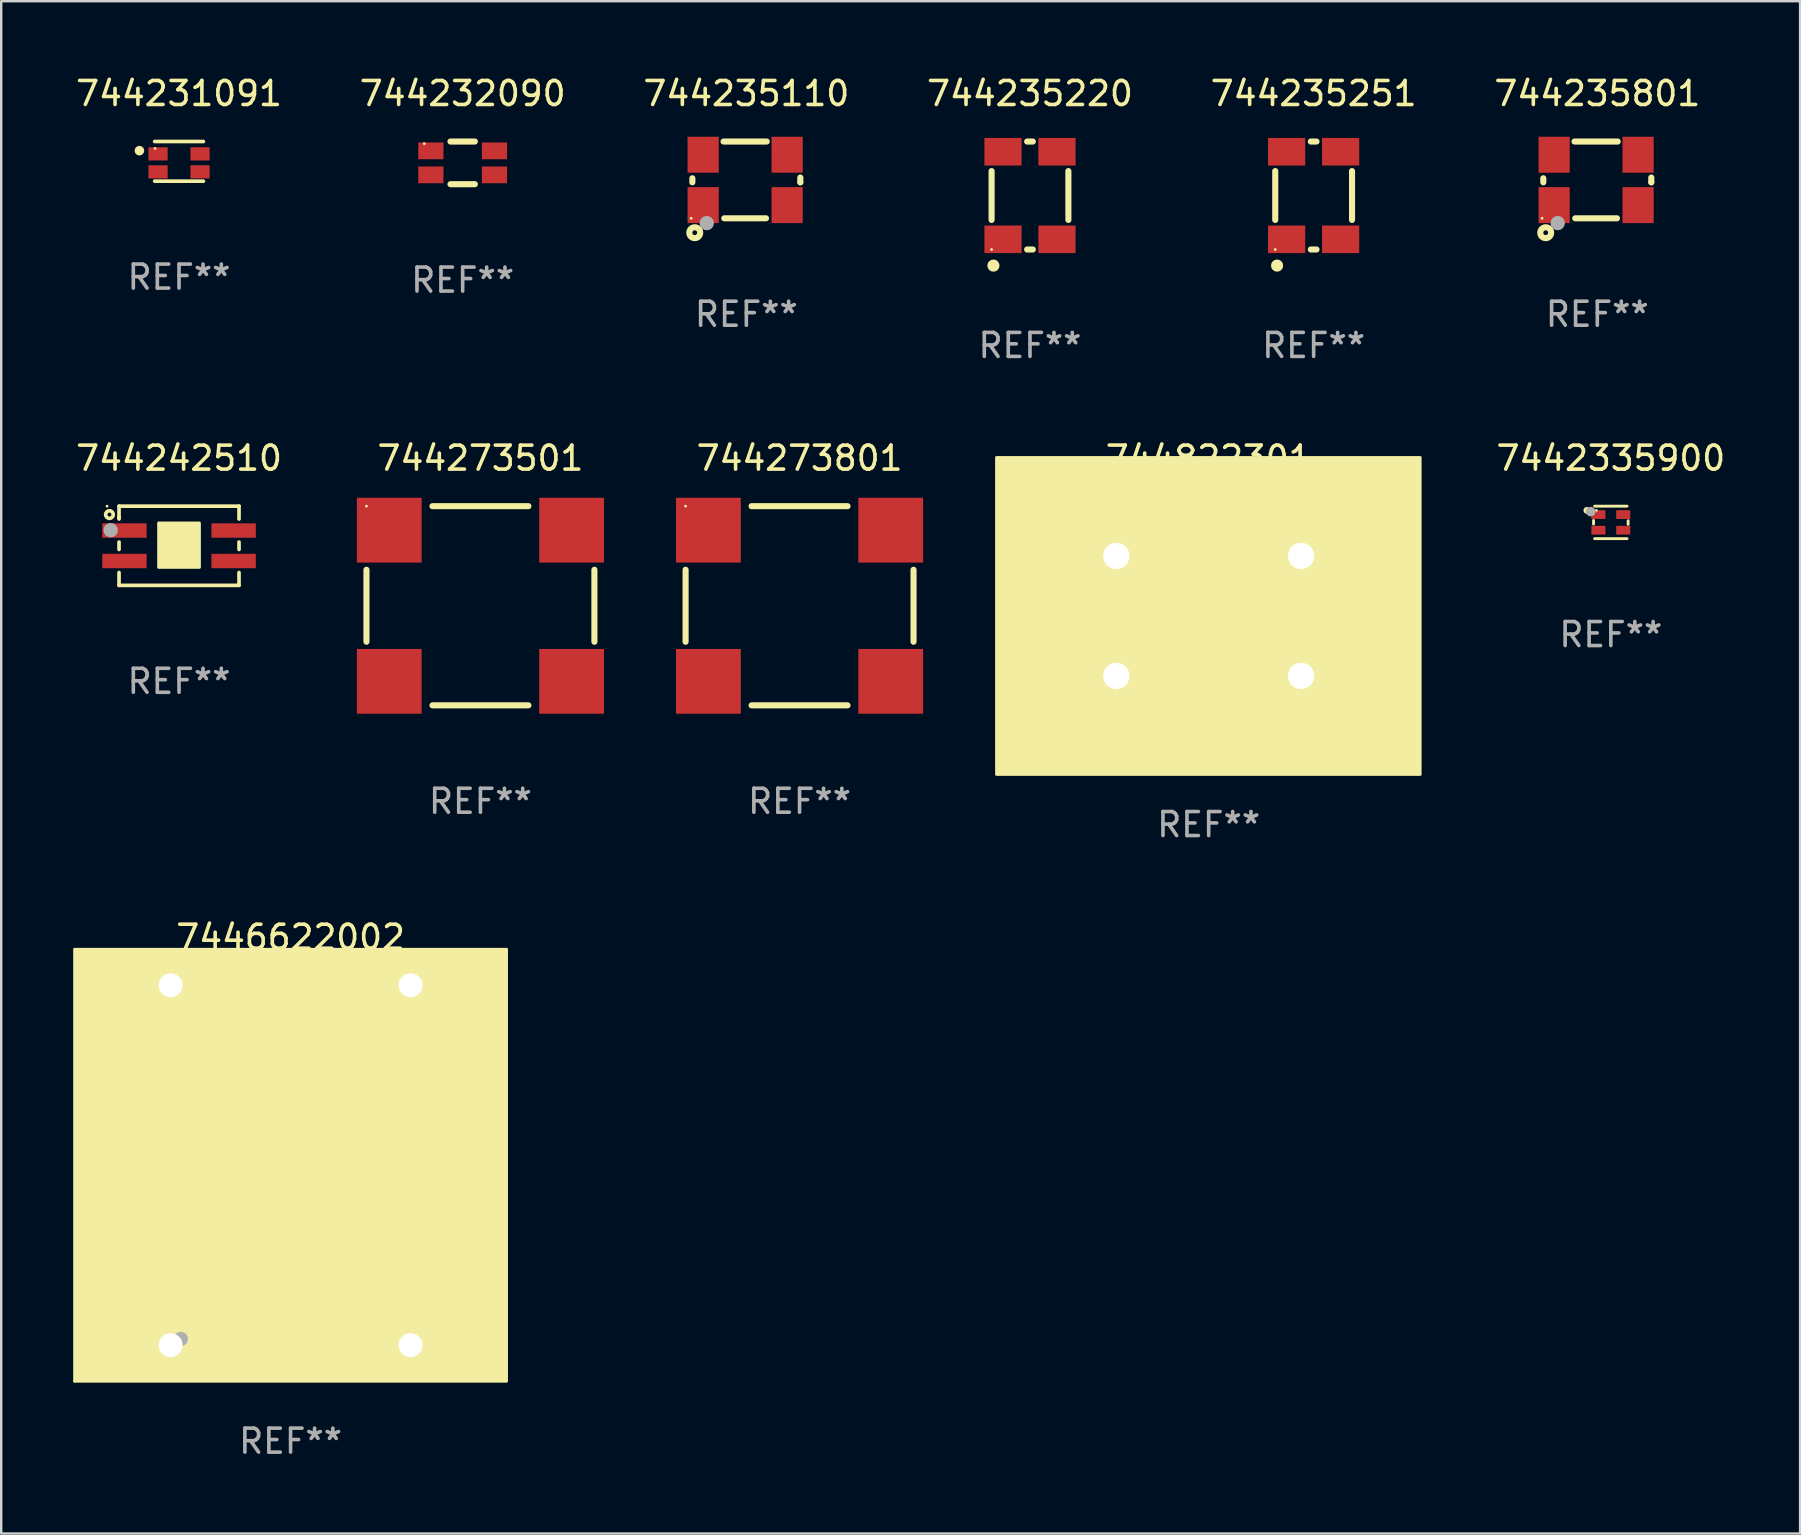
<source format=kicad_pcb>
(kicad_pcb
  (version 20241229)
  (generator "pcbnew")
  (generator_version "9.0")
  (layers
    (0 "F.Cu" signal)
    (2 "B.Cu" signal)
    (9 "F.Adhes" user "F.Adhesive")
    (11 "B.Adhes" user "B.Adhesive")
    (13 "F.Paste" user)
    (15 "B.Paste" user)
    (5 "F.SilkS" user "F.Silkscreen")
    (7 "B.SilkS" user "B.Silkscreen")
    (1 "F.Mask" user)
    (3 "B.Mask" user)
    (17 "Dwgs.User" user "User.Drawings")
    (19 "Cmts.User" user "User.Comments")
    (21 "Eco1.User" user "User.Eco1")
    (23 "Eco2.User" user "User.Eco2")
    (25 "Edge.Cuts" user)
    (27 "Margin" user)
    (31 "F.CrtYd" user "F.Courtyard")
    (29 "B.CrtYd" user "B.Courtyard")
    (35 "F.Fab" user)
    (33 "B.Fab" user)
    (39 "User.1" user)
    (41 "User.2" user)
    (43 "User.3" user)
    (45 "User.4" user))
  (footprint "744231091"
    (layer "F.Cu")
    (at 4.411 3.674)
    (property "Reference" "744231091" (at 0 -2.826 0) (layer "F.SilkS") (effects (font (size 1 1) (thickness 0.15))))
    (attr through_hole)
    (fp_line (start -1.016 -0.826) (end 1.016 -0.826) (stroke (width 0.152) (type solid)) (layer "F.SilkS"))
    (fp_line (start -1.016 0.826) (end 1.016 0.826) (stroke (width 0.152) (type solid)) (layer "F.SilkS"))
    (fp_circle (center -1.651 -0.445) (end -1.551 -0.445) (stroke (width 0.2) (type solid)) (fill no) (layer "F.SilkS"))
    (fp_circle (center -1 -0.536) (end -0.97 -0.536) (stroke (width 0.06) (type solid)) (fill no) (layer "F.SilkS"))
    (fp_text user "REF**" (at 0 4.826 0) (layer "F.Fab") (effects (font (size 1 1) (thickness 0.15))))
    (pad "1" smd rect (at -0.875 -0.311 270) (size 0.55 0.8) (layers "F.Cu" "F.Mask" "F.Paste"))
    (pad "2" smd rect (at 0.875 -0.312 270) (size 0.55 0.8) (layers "F.Cu" "F.Mask" "F.Paste"))
    (pad "3" smd rect (at 0.875 0.438 270) (size 0.55 0.8) (layers "F.Cu" "F.Mask" "F.Paste"))
    (pad "4" smd rect (at -0.875 0.439 270) (size 0.55 0.8) (layers "F.Cu" "F.Mask" "F.Paste")))
  (footprint "744822301"
    (layer "F.Cu")
    (at 47.322 22.68)
    (property "Reference" "744822301" (at 0 -6.636 0) (layer "F.SilkS") (effects (font (size 1 1) (thickness 0.15))))
    (attr through_hole)
    (fp_line (start -1.662 -4.574) (end -1.662 -2.669) (stroke (width 0.254) (type solid)) (layer "F.SilkS"))
    (fp_line (start -1.662 2.731) (end -1.662 4.636) (stroke (width 0.254) (type solid)) (layer "F.SilkS"))
    (fp_line (start 0 -2.731) (end 0 2.731) (stroke (width 0.254) (type solid)) (layer "F.SilkS"))
    (fp_line (start 1.651 -4.636) (end 1.651 -2.731) (stroke (width 0.254) (type solid)) (layer "F.SilkS"))
    (fp_line (start 1.651 2.669) (end 1.651 4.574) (stroke (width 0.254) (type solid)) (layer "F.SilkS"))
    (fp_arc (start -1.6619 -0.869495) (mid -1.874361 -1.769495) (end -1.6619 -2.669495) (stroke (width 0.254001) (type solid)) (layer "F.SilkS"))
    (fp_arc (start -1.6619 0.930505) (mid -1.874361 0.030505) (end -1.6619 -0.869495) (stroke (width 0.254001) (type solid)) (layer "F.SilkS"))
    (fp_arc (start -1.6619 2.730505) (mid -1.874361 1.830505) (end -1.6619 0.930505) (stroke (width 0.254001) (type solid)) (layer "F.SilkS"))
    (fp_arc (start 1.651003 -0.930505) (mid 1.438542 -1.830505) (end 1.651003 -2.730505) (stroke (width 0.254001) (type solid)) (layer "F.SilkS"))
    (fp_arc (start 1.651003 0.869495) (mid 1.438542 -0.030505) (end 1.651003 -0.930505) (stroke (width 0.254001) (type solid)) (layer "F.SilkS"))
    (fp_arc (start 1.651003 2.669495) (mid 1.438542 1.769495) (end 1.651003 0.869495) (stroke (width 0.254001) (type solid)) (layer "F.SilkS"))
    (fp_circle (center 8.762 6.441) (end 8.792 6.441) (stroke (width 0.06) (type solid)) (fill no) (layer "F.SilkS"))
    (fp_poly (pts (xy -8.84 -6.664) (xy 8.813 -6.664) (xy 8.813 6.544) (xy -8.84 6.544)) (stroke (width 0.12) (type solid)) (fill yes) (layer "F.SilkS"))
    (fp_text user "REF**" (at 0 8.636 0) (layer "F.Fab") (effects (font (size 1 1) (thickness 0.15))))
    (pad "1" thru_hole circle (at 3.85 2.437) (size 2 2) (drill 1.1) (layers "*.Cu" "*.Mask"))
    (pad "2" thru_hole circle (at 3.85 -2.563) (size 2 2) (drill 1.1) (layers "*.Cu" "*.Mask"))
    (pad "3" thru_hole circle (at -3.85 -2.563) (size 2 2) (drill 1.1) (layers "*.Cu" "*.Mask"))
    (pad "4" thru_hole circle (at -3.85 2.437) (size 2 2) (drill 1.1) (layers "*.Cu" "*.Mask")))
  (footprint "744235110"
    (layer "F.Cu")
    (at 28.054 4.448)
    (property "Reference" "744235110" (at 0 -3.6 0) (layer "F.SilkS") (effects (font (size 1 1) (thickness 0.15))))
    (attr through_hole)
    (fp_line (start -2.25 -0.069) (end -2.25 0.1) (stroke (width 0.254) (type solid)) (layer "F.SilkS"))
    (fp_line (start -0.95 -1.6) (end 0.85 -1.6) (stroke (width 0.254) (type solid)) (layer "F.SilkS"))
    (fp_line (start -0.919 1.6) (end 0.819 1.6) (stroke (width 0.254) (type solid)) (layer "F.SilkS"))
    (fp_line (start 2.25 -0.1) (end 2.25 0.1) (stroke (width 0.254) (type solid)) (layer "F.SilkS"))
    (fp_line (start 2.25 0.1) (end 2.25 0.1) (stroke (width 0.254) (type solid)) (layer "F.SilkS"))
    (fp_circle (center -2.3 1.6) (end -2.27 1.6) (stroke (width 0.06) (type solid)) (fill no) (layer "F.SilkS"))
    (fp_circle (center -2.15 2.2) (end -2.05 2.2) (stroke (width 0.254) (type solid)) (fill no) (layer "F.SilkS"))
    (fp_circle (center -1.65 1.8) (end -1.5 1.8) (stroke (width 0.3) (type solid)) (fill no) (layer "F.Fab"))
    (fp_text user "REF**" (at 0 5.6 0) (layer "F.Fab") (effects (font (size 1 1) (thickness 0.15))))
    (pad "1" smd rect (at -1.8 1.05 180) (size 1.3 1.5) (layers "F.Cu" "F.Mask" "F.Paste"))
    (pad "2" smd rect (at 1.7 1.05 180) (size 1.3 1.5) (layers "F.Cu" "F.Mask" "F.Paste"))
    (pad "3" smd rect (at 1.7 -1.05 180) (size 1.3 1.5) (layers "F.Cu" "F.Mask" "F.Paste"))
    (pad "4" smd rect (at -1.8 -1.05 180) (size 1.3 1.5) (layers "F.Cu" "F.Mask" "F.Paste")))
  (footprint "744232090"
    (layer "F.Cu")
    (at 16.232 3.737)
    (property "Reference" "744232090" (at 0 -2.889 0) (layer "F.SilkS") (effects (font (size 1 1) (thickness 0.15))))
    (attr through_hole)
    (fp_line (start -0.508 0.889) (end 0.508 0.889) (stroke (width 0.254) (type solid)) (layer "F.SilkS"))
    (fp_line (start 0.508 -0.889) (end -0.508 -0.889) (stroke (width 0.254) (type solid)) (layer "F.SilkS"))
    (fp_circle (center -1.6 -0.8) (end -1.57 -0.8) (stroke (width 0.06) (type solid)) (fill no) (layer "F.SilkS"))
    (fp_text user "REF**" (at 0 4.889 0) (layer "F.Fab") (effects (font (size 1 1) (thickness 0.15))))
    (pad "1" smd rect (at -1.325 -0.5 180) (size 1.05 0.7) (layers "F.Cu" "F.Mask" "F.Paste"))
    (pad "2" smd rect (at 1.325 -0.5 180) (size 1.05 0.7) (layers "F.Cu" "F.Mask" "F.Paste"))
    (pad "3" smd rect (at 1.325 0.5 180) (size 1.05 0.7) (layers "F.Cu" "F.Mask" "F.Paste"))
    (pad "4" smd rect (at -1.325 0.5 180) (size 1.05 0.7) (layers "F.Cu" "F.Mask" "F.Paste")))
  (footprint "744273501"
    (layer "F.Cu")
    (at 16.972 22.195)
    (property "Reference" "744273501" (at 0 -6.15 0) (layer "F.SilkS") (effects (font (size 1 1) (thickness 0.15))))
    (attr through_hole)
    (fp_line (start -4.75 -1.5) (end -4.75 1.5) (stroke (width 0.254) (type solid)) (layer "F.SilkS"))
    (fp_line (start -2 -4.15) (end 2 -4.15) (stroke (width 0.254) (type solid)) (layer "F.SilkS"))
    (fp_line (start -2 4.15) (end 2 4.15) (stroke (width 0.254) (type solid)) (layer "F.SilkS"))
    (fp_line (start 4.75 -1.5) (end 4.75 1.5) (stroke (width 0.254) (type solid)) (layer "F.SilkS"))
    (fp_circle (center -4.75 -4.15) (end -4.72 -4.15) (stroke (width 0.06) (type solid)) (fill no) (layer "F.SilkS"))
    (fp_text user "REF**" (at 0 8.15 0) (layer "F.Fab") (effects (font (size 1 1) (thickness 0.15))))
    (pad "1" smd rect (at -3.8 -3.15) (size 2.7 2.7) (layers "F.Cu" "F.Mask" "F.Paste"))
    (pad "2" smd rect (at -3.8 3.15) (size 2.7 2.7) (layers "F.Cu" "F.Mask" "F.Paste"))
    (pad "3" smd rect (at 3.8 3.15) (size 2.7 2.7) (layers "F.Cu" "F.Mask" "F.Paste"))
    (pad "4" smd rect (at 3.8 -3.15) (size 2.7 2.7) (layers "F.Cu" "F.Mask" "F.Paste")))
  (footprint "7442335900"
    (layer "F.Cu")
    (at 64.082 18.721)
    (property "Reference" "7442335900" (at 0 -2.676 0) (layer "F.SilkS") (effects (font (size 1 1) (thickness 0.15))))
    (attr through_hole)
    (fp_line (start -0.72 0.07) (end -0.72 -0.08) (stroke (width 0.12) (type solid)) (layer "F.SilkS"))
    (fp_line (start -0.676 0.676) (end 0.676 0.676) (stroke (width 0.12) (type solid)) (layer "F.SilkS"))
    (fp_line (start 0.676 -0.676) (end -0.676 -0.676) (stroke (width 0.12) (type solid)) (layer "F.SilkS"))
    (fp_line (start 0.72 -0.07) (end 0.72 0.08) (stroke (width 0.12) (type solid)) (layer "F.SilkS"))
    (fp_circle (center -1 -0.5) (end -0.919 -0.5) (stroke (width 0.12) (type solid)) (fill no) (layer "F.SilkS"))
    (fp_circle (center -0.6 -0.5) (end -0.57 -0.5) (stroke (width 0.06) (type solid)) (fill no) (layer "F.SilkS"))
    (fp_circle (center -0.84 -0.45) (end -0.74 -0.45) (stroke (width 0.2) (type solid)) (fill no) (layer "F.Fab"))
    (fp_text user "REF**" (at 0 4.676 0) (layer "F.Fab") (effects (font (size 1 1) (thickness 0.15))))
    (pad "1" smd rect (at -0.517 -0.325) (size 0.585 0.364) (layers "F.Cu" "F.Mask" "F.Paste"))
    (pad "2" smd rect (at -0.517 0.325) (size 0.585 0.364) (layers "F.Cu" "F.Mask" "F.Paste"))
    (pad "3" smd rect (at 0.517 0.325) (size 0.585 0.364) (layers "F.Cu" "F.Mask" "F.Paste"))
    (pad "4" smd rect (at 0.517 -0.325) (size 0.585 0.364) (layers "F.Cu" "F.Mask" "F.Paste")))
  (footprint "744273801"
    (layer "F.Cu")
    (at 30.272 22.195)
    (property "Reference" "744273801" (at 0 -6.15 0) (layer "F.SilkS") (effects (font (size 1 1) (thickness 0.15))))
    (attr through_hole)
    (fp_line (start -4.75 -1.5) (end -4.75 1.5) (stroke (width 0.254) (type solid)) (layer "F.SilkS"))
    (fp_line (start -2 -4.15) (end 2 -4.15) (stroke (width 0.254) (type solid)) (layer "F.SilkS"))
    (fp_line (start -2 4.15) (end 2 4.15) (stroke (width 0.254) (type solid)) (layer "F.SilkS"))
    (fp_line (start 4.75 -1.5) (end 4.75 1.5) (stroke (width 0.254) (type solid)) (layer "F.SilkS"))
    (fp_circle (center -4.75 -4.15) (end -4.72 -4.15) (stroke (width 0.06) (type solid)) (fill no) (layer "F.SilkS"))
    (fp_text user "REF**" (at 0 8.15 0) (layer "F.Fab") (effects (font (size 1 1) (thickness 0.15))))
    (pad "1" smd rect (at -3.8 -3.15) (size 2.7 2.7) (layers "F.Cu" "F.Mask" "F.Paste"))
    (pad "2" smd rect (at -3.8 3.15) (size 2.7 2.7) (layers "F.Cu" "F.Mask" "F.Paste"))
    (pad "3" smd rect (at 3.8 3.15) (size 2.7 2.7) (layers "F.Cu" "F.Mask" "F.Paste"))
    (pad "4" smd rect (at 3.8 -3.15) (size 2.7 2.7) (layers "F.Cu" "F.Mask" "F.Paste")))
  (footprint "744235801"
    (layer "F.Cu")
    (at 63.518 4.448)
    (property "Reference" "744235801" (at 0 -3.6 0) (layer "F.SilkS") (effects (font (size 1 1) (thickness 0.15))))
    (attr through_hole)
    (fp_line (start -2.25 -0.069) (end -2.25 0.1) (stroke (width 0.254) (type solid)) (layer "F.SilkS"))
    (fp_line (start -0.95 -1.6) (end 0.85 -1.6) (stroke (width 0.254) (type solid)) (layer "F.SilkS"))
    (fp_line (start -0.919 1.6) (end 0.819 1.6) (stroke (width 0.254) (type solid)) (layer "F.SilkS"))
    (fp_line (start 2.25 -0.1) (end 2.25 0.1) (stroke (width 0.254) (type solid)) (layer "F.SilkS"))
    (fp_line (start 2.25 0.1) (end 2.25 0.1) (stroke (width 0.254) (type solid)) (layer "F.SilkS"))
    (fp_circle (center -2.3 1.6) (end -2.27 1.6) (stroke (width 0.06) (type solid)) (fill no) (layer "F.SilkS"))
    (fp_circle (center -2.15 2.2) (end -2.05 2.2) (stroke (width 0.254) (type solid)) (fill no) (layer "F.SilkS"))
    (fp_circle (center -1.65 1.8) (end -1.5 1.8) (stroke (width 0.3) (type solid)) (fill no) (layer "F.Fab"))
    (fp_text user "REF**" (at 0 5.6 0) (layer "F.Fab") (effects (font (size 1 1) (thickness 0.15))))
    (pad "1" smd rect (at -1.8 1.05 180) (size 1.3 1.5) (layers "F.Cu" "F.Mask" "F.Paste"))
    (pad "2" smd rect (at 1.7 1.05 180) (size 1.3 1.5) (layers "F.Cu" "F.Mask" "F.Paste"))
    (pad "3" smd rect (at 1.7 -1.05 180) (size 1.3 1.5) (layers "F.Cu" "F.Mask" "F.Paste"))
    (pad "4" smd rect (at -1.8 -1.05 180) (size 1.3 1.5) (layers "F.Cu" "F.Mask" "F.Paste")))
  (footprint "744242510"
    (layer "F.Cu")
    (at 4.411 19.695)
    (property "Reference" "744242510" (at 0 -3.65 0) (layer "F.SilkS") (effects (font (size 1 1) (thickness 0.15))))
    (attr through_hole)
    (fp_line (start -2.5 -1.65) (end 2.5 -1.65) (stroke (width 0.152) (type solid)) (layer "F.SilkS"))
    (fp_line (start -2.5 -1.15) (end -2.5 -1.65) (stroke (width 0.152) (type solid)) (layer "F.SilkS"))
    (fp_line (start -2.5 -1.115) (end -2.5 -1.2) (stroke (width 0.152) (type solid)) (layer "F.SilkS"))
    (fp_line (start -2.5 0.155) (end -2.5 -0.155) (stroke (width 0.152) (type solid)) (layer "F.SilkS"))
    (fp_line (start -2.5 1.65) (end -2.5 1.115) (stroke (width 0.152) (type solid)) (layer "F.SilkS"))
    (fp_line (start 2.5 -1.65) (end 2.5 -1.115) (stroke (width 0.152) (type solid)) (layer "F.SilkS"))
    (fp_line (start 2.5 -0.155) (end 2.5 0.155) (stroke (width 0.152) (type solid)) (layer "F.SilkS"))
    (fp_line (start 2.5 1.115) (end 2.5 1.65) (stroke (width 0.152) (type solid)) (layer "F.SilkS"))
    (fp_line (start 2.5 1.65) (end -2.5 1.65) (stroke (width 0.152) (type solid)) (layer "F.SilkS"))
    (fp_circle (center -3 -1.65) (end -2.97 -1.65) (stroke (width 0.06) (type solid)) (fill no) (layer "F.SilkS"))
    (fp_circle (center -2.9 -1.3) (end -2.742 -1.3) (stroke (width 0.152) (type solid)) (fill no) (layer "F.SilkS"))
    (fp_circle (center 0.000076 0) (end 0.583 0) (stroke (width 0.152) (type solid)) (fill no) (layer "F.SilkS"))
    (fp_poly (pts (xy -0.85 -0.95) (xy 0.85 -0.95) (xy 0.85 0.9) (xy -0.85 0.9)) (stroke (width 0.12) (type solid)) (fill yes) (layer "F.SilkS"))
    (fp_circle (center -2.85 -0.65) (end -2.7 -0.65) (stroke (width 0.3) (type solid)) (fill no) (layer "F.Fab"))
    (fp_text user "REF**" (at 0 5.65 0) (layer "F.Fab") (effects (font (size 1 1) (thickness 0.15))))
    (pad "1" smd rect (at -2.275 -0.635) (size 1.85 0.6) (layers "F.Cu" "F.Mask" "F.Paste"))
    (pad "2" smd rect (at -2.275 0.635) (size 1.85 0.6) (layers "F.Cu" "F.Mask" "F.Paste"))
    (pad "3" smd rect (at 2.275 0.635) (size 1.85 0.6) (layers "F.Cu" "F.Mask" "F.Paste"))
    (pad "4" smd rect (at 2.275 -0.635) (size 1.85 0.6) (layers "F.Cu" "F.Mask" "F.Paste")))
  (footprint "744235220"
    (layer "F.Cu")
    (at 39.875 5.098)
    (property "Reference" "744235220" (at 0 -4.25 0) (layer "F.SilkS") (effects (font (size 1 1) (thickness 0.15))))
    (attr through_hole)
    (fp_line (start -1.6 1.019) (end -1.6 -1.019) (stroke (width 0.254) (type solid)) (layer "F.SilkS"))
    (fp_line (start -0.119 -2.25) (end 0.119 -2.25) (stroke (width 0.254) (type solid)) (layer "F.SilkS"))
    (fp_line (start -0.119 2.25) (end 0.119 2.25) (stroke (width 0.254) (type solid)) (layer "F.SilkS"))
    (fp_line (start 1.6 1.019) (end 1.6 -1.019) (stroke (width 0.254) (type solid)) (layer "F.SilkS"))
    (fp_circle (center -1.6 2.25) (end -1.57 2.25) (stroke (width 0.06) (type solid)) (fill no) (layer "F.SilkS"))
    (fp_circle (center -1.524 2.921) (end -1.397 2.921) (stroke (width 0.254) (type solid)) (fill no) (layer "F.SilkS"))
    (fp_text user "REF**" (at 0 6.25 0) (layer "F.Fab") (effects (font (size 1 1) (thickness 0.15))))
    (pad "1" smd rect (at -1.125 1.825 270) (size 1.15 1.55) (layers "F.Cu" "F.Mask" "F.Paste"))
    (pad "2" smd rect (at 1.125 1.825 270) (size 1.15 1.55) (layers "F.Cu" "F.Mask" "F.Paste"))
    (pad "3" smd rect (at 1.125 -1.825 270) (size 1.15 1.55) (layers "F.Cu" "F.Mask" "F.Paste"))
    (pad "4" smd rect (at -1.125 -1.825 270) (size 1.15 1.55) (layers "F.Cu" "F.Mask" "F.Paste")))
  (footprint "744235251"
    (layer "F.Cu")
    (at 51.696 5.098)
    (property "Reference" "744235251" (at 0 -4.25 0) (layer "F.SilkS") (effects (font (size 1 1) (thickness 0.15))))
    (attr through_hole)
    (fp_line (start -1.6 1.019) (end -1.6 -1.019) (stroke (width 0.254) (type solid)) (layer "F.SilkS"))
    (fp_line (start -0.119 -2.25) (end 0.119 -2.25) (stroke (width 0.254) (type solid)) (layer "F.SilkS"))
    (fp_line (start -0.119 2.25) (end 0.119 2.25) (stroke (width 0.254) (type solid)) (layer "F.SilkS"))
    (fp_line (start 1.6 1.019) (end 1.6 -1.019) (stroke (width 0.254) (type solid)) (layer "F.SilkS"))
    (fp_circle (center -1.6 2.25) (end -1.57 2.25) (stroke (width 0.06) (type solid)) (fill no) (layer "F.SilkS"))
    (fp_circle (center -1.524 2.921) (end -1.397 2.921) (stroke (width 0.254) (type solid)) (fill no) (layer "F.SilkS"))
    (fp_text user "REF**" (at 0 6.25 0) (layer "F.Fab") (effects (font (size 1 1) (thickness 0.15))))
    (pad "1" smd rect (at -1.125 1.825 270) (size 1.15 1.55) (layers "F.Cu" "F.Mask" "F.Paste"))
    (pad "2" smd rect (at 1.125 1.825 270) (size 1.15 1.55) (layers "F.Cu" "F.Mask" "F.Paste"))
    (pad "3" smd rect (at 1.125 -1.825 270) (size 1.15 1.55) (layers "F.Cu" "F.Mask" "F.Paste"))
    (pad "4" smd rect (at -1.125 -1.825 270) (size 1.15 1.55) (layers "F.Cu" "F.Mask" "F.Paste")))
  (footprint "7446622002"
    (layer "F.Cu")
    (at 9.06 45.512)
    (property "Reference" "7446622002" (at 0 -9.5 0) (layer "F.SilkS") (effects (font (size 1 1) (thickness 0.15))))
    (attr through_hole)
    (fp_line (start -2.54 -6.35) (end -5.207 -6.35) (stroke (width 0.254) (type solid)) (layer "F.SilkS"))
    (fp_line (start -2.54 6.35) (end -5.207 6.35) (stroke (width 0.254) (type solid)) (layer "F.SilkS"))
    (fp_line (start -0.635 -6.35) (end -0.635 6.35) (stroke (width 0.254) (type solid)) (layer "F.SilkS"))
    (fp_line (start 0.635 -6.35) (end 0.635 6.35) (stroke (width 0.254) (type solid)) (layer "F.SilkS"))
    (fp_line (start 2.54 -6.343) (end 5.08 -6.343) (stroke (width 0.254) (type solid)) (layer "F.SilkS"))
    (fp_line (start 2.54 6.357) (end 5.207 6.357) (stroke (width 0.254) (type solid)) (layer "F.SilkS"))
    (fp_arc (start -2.540005 -6.350012) (mid -1.270003 -5.08001) (end -2.540005 -3.810008) (stroke (width 0.254001) (type solid)) (layer "F.SilkS"))
    (fp_arc (start -2.540005 -1.270003) (mid -3.810007 -2.540005) (end -2.540005 -3.810007) (stroke (width 0.254001) (type solid)) (layer "F.SilkS"))
    (fp_arc (start -2.540005 1.270002) (mid -1.270002 2.540005) (end -2.540005 3.810008) (stroke (width 0.254001) (type solid)) (layer "F.SilkS"))
    (fp_arc (start -2.540005 1.270003) (mid -3.810008 0) (end -2.540005 -1.270003) (stroke (width 0.254001) (type solid)) (layer "F.SilkS"))
    (fp_arc (start -2.540005 6.350013) (mid -3.810008 5.08001) (end -2.540005 3.810007) (stroke (width 0.254001) (type solid)) (layer "F.SilkS"))
    (fp_arc (start 2.539979 -3.802997) (mid 2.240181 -5.073003) (end 2.540005 -6.343002) (stroke (width 0.254001) (type solid)) (layer "F.SilkS"))
    (fp_arc (start 2.539979 3.817018) (mid 2.240181 2.547012) (end 2.540005 1.277013) (stroke (width 0.254001) (type solid)) (layer "F.SilkS"))
    (fp_arc (start 2.540005 -1.262992) (mid 2.240198 -2.532995) (end 2.540005 -3.802997) (stroke (width 0.254001) (type solid)) (layer "F.SilkS"))
    (fp_arc (start 2.540005 6.357023) (mid 2.240198 5.087021) (end 2.540005 3.817018) (stroke (width 0.254001) (type solid)) (layer "F.SilkS"))
    (fp_arc (start 2.540006 1.277013) (mid 2.24019 0.007014) (end 2.53998 -1.262992) (stroke (width 0.254001) (type solid)) (layer "F.SilkS"))
    (fp_circle (center -9 9) (end -8.97 9) (stroke (width 0.06) (type solid)) (fill no) (layer "F.SilkS"))
    (fp_poly (pts (xy -9 -9) (xy 9 -9) (xy 9 9) (xy -9 9)) (stroke (width 0.12) (type solid)) (fill yes) (layer "F.SilkS"))
    (fp_circle (center -4.572 7.239) (end -4.422 7.239) (stroke (width 0.3) (type solid)) (fill no) (layer "F.Fab"))
    (fp_text user "REF**" (at 0 11.5 0) (layer "F.Fab") (effects (font (size 1 1) (thickness 0.15))))
    (pad "1" thru_hole circle (at -5 7.5) (size 1.65 1.65) (drill 1) (layers "*.Cu" "*.Mask"))
    (pad "2" thru_hole circle (at -5 -7.5) (size 1.65 1.65) (drill 1) (layers "*.Cu" "*.Mask"))
    (pad "3" thru_hole circle (at 5 -7.5) (size 1.65 1.65) (drill 1) (layers "*.Cu" "*.Mask"))
    (pad "4" thru_hole circle (at 5 7.5) (size 1.65 1.65) (drill 1) (layers "*.Cu" "*.Mask")))
  (gr_rect
    (start -3 -3)
    (end 71.969 60.861)
    (stroke (width 0.1) (type default))
    (fill no)
    (layer "Edge.Cuts")))
</source>
